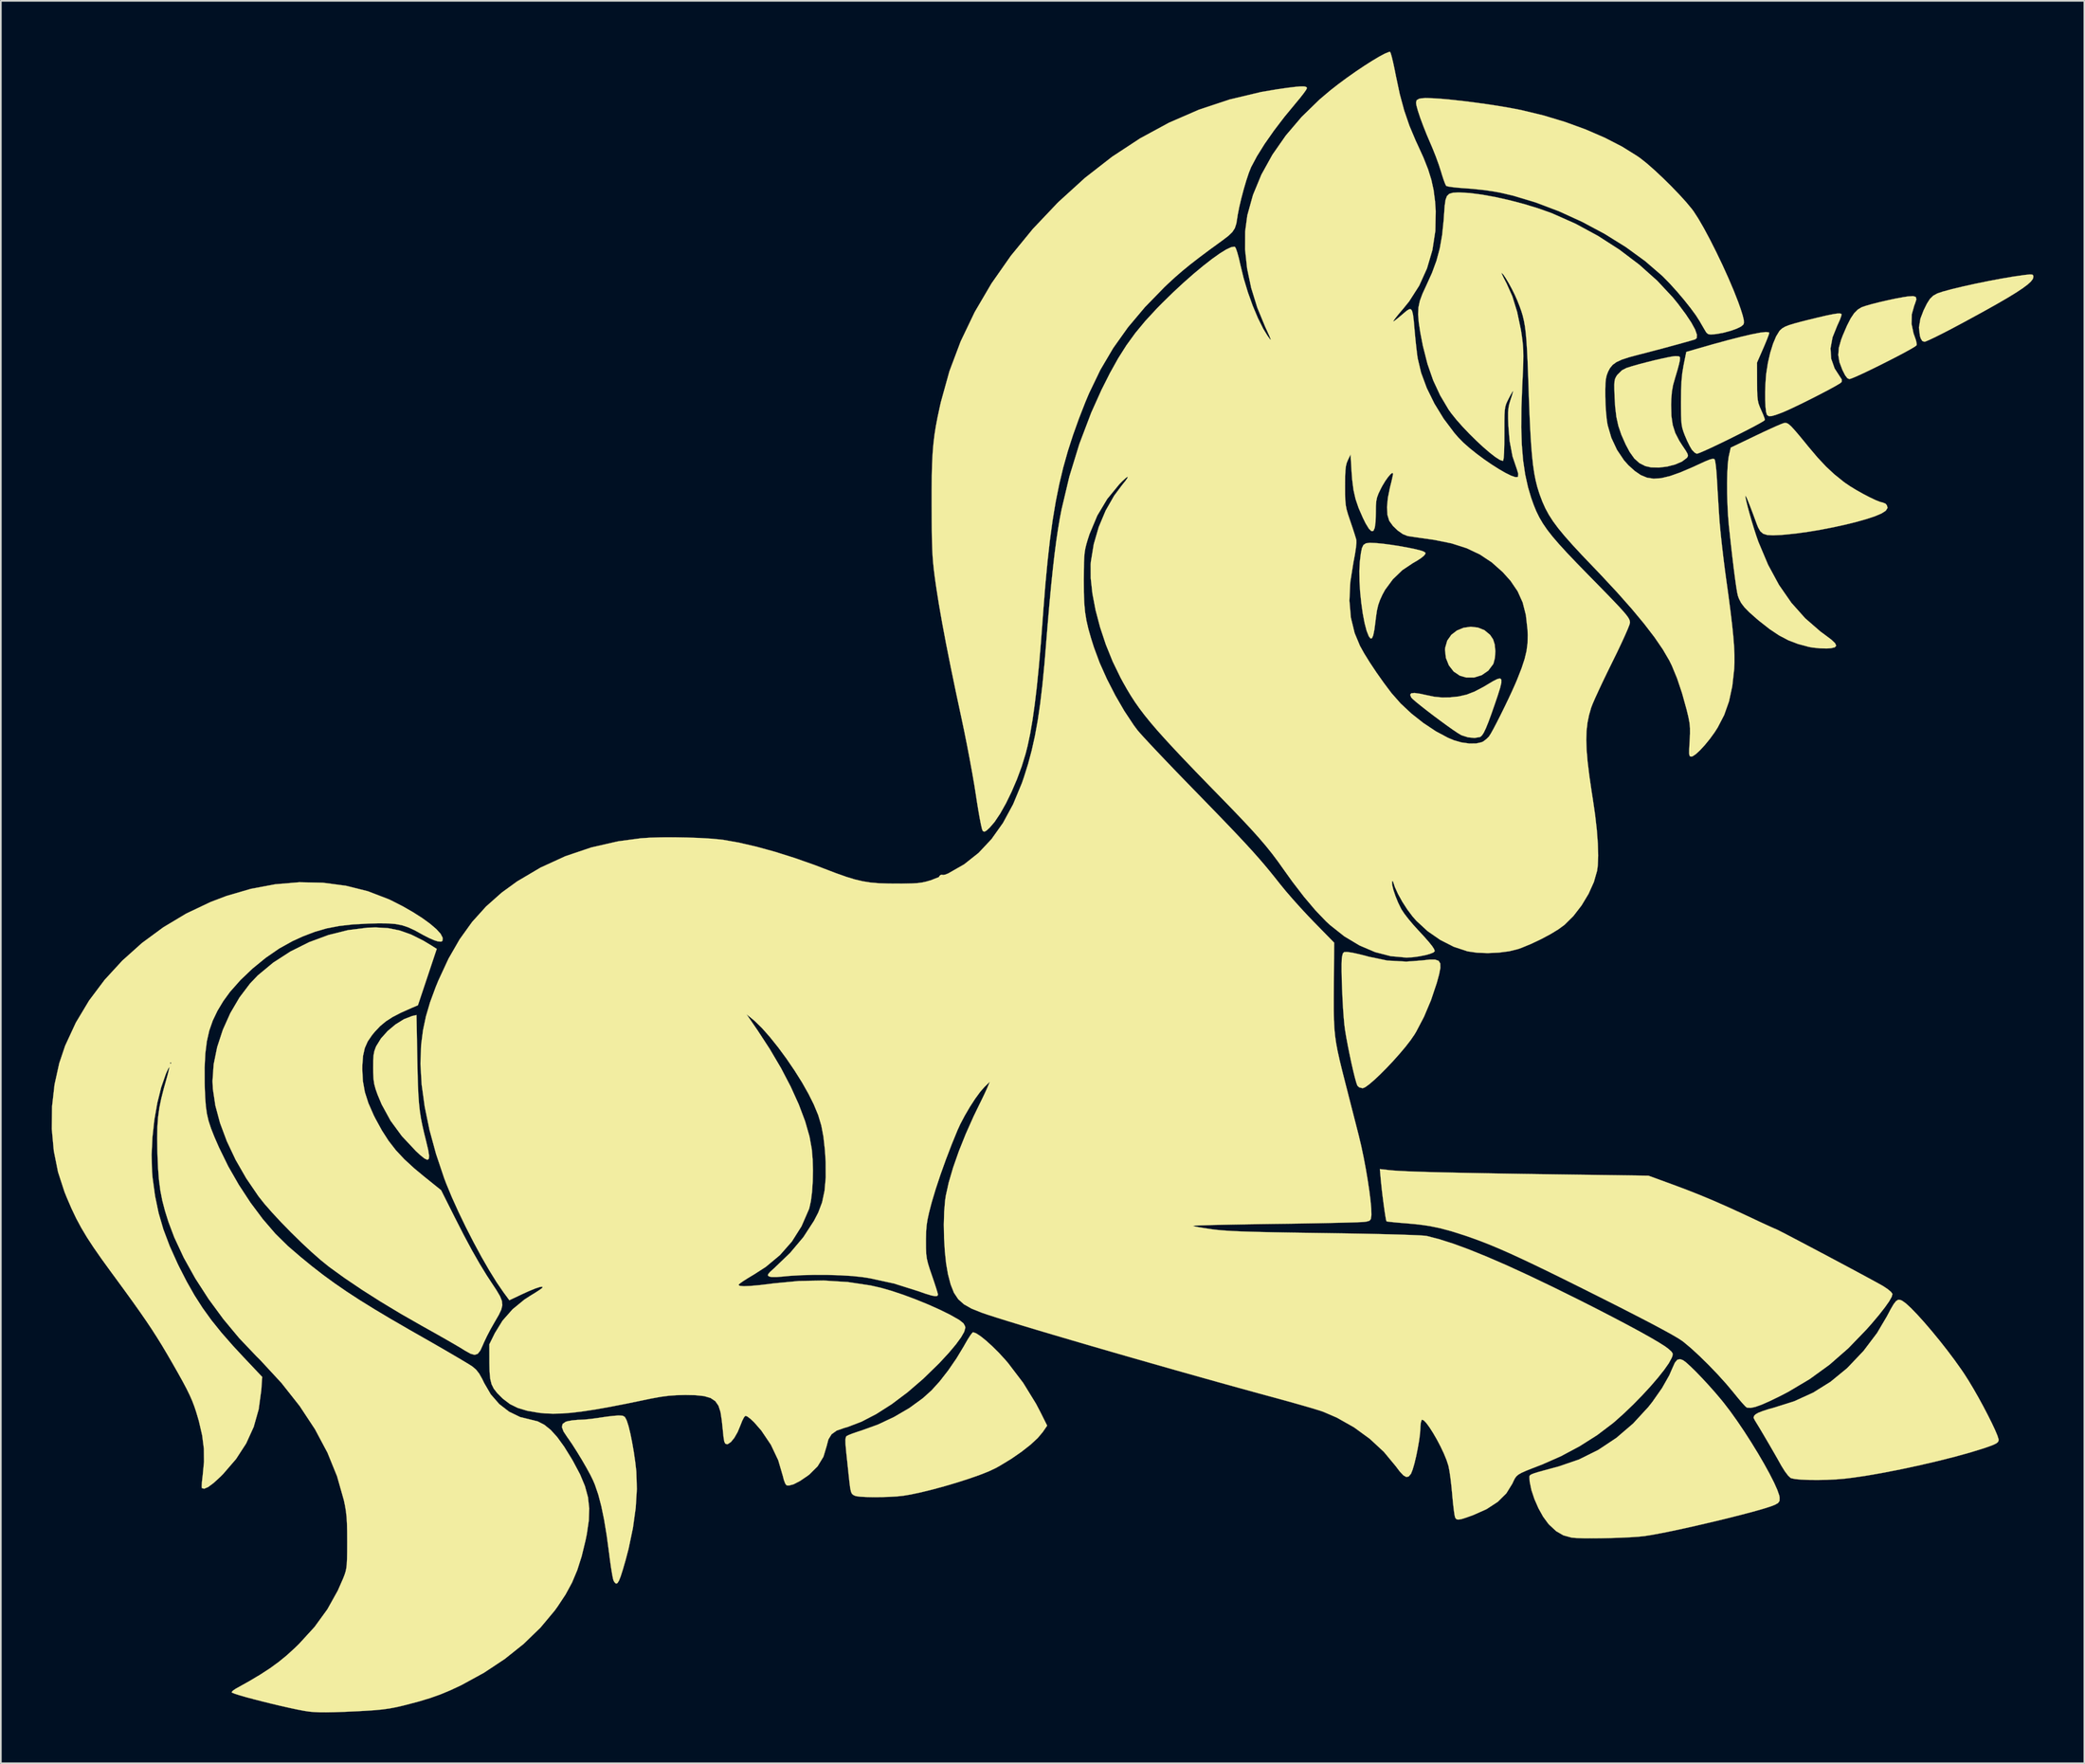
<source format=kicad_pcb>
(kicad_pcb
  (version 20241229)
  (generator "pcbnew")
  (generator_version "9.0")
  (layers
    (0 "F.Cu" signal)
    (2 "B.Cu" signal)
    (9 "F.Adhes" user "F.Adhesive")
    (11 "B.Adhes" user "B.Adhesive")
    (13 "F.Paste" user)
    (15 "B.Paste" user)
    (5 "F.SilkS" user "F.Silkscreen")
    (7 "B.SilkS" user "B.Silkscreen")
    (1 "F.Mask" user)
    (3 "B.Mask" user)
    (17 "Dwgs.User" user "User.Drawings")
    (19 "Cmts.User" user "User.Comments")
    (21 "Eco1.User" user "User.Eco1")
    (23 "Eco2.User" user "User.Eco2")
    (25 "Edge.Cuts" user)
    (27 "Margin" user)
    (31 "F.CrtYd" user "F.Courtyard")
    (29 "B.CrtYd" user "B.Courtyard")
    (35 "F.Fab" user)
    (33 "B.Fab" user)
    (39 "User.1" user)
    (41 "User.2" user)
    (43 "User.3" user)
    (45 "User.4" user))
  (footprint "F.SilkS_g1777"
    (layer "F.Cu")
    (at 60.141 49.535)
    (property "Reference" "F.SilkS_g1777" (at 0 0 0) (layer "F.SilkS") (effects (font (size 1.524 1.524) (thickness 0.3))))
    (attr through_hole)
    (fp_poly (pts (xy 23.967 -15.571) (xy 24.357 -15.413) (xy 24.686 -15.138) (xy 24.864 -14.873) (xy 24.96 -14.566) (xy 24.995 -14.177) (xy 24.971 -13.781) (xy 24.887 -13.456) (xy 24.867 -13.412) (xy 24.579 -13.029) (xy 24.192 -12.762) (xy 23.743 -12.624) (xy 23.267 -12.626) (xy 22.898 -12.734) (xy 22.536 -12.979) (xy 22.256 -13.341) (xy 22.08 -13.78) (xy 22.028 -14.255) (xy 22.036 -14.371) (xy 22.159 -14.8) (xy 22.402 -15.145) (xy 22.734 -15.399) (xy 23.125 -15.559) (xy 23.546 -15.618) (xy 23.967 -15.571)) (stroke (width 0.01) (type solid)) (fill yes) (layer "F.SilkS"))
    (fp_poly (pts (xy -38.581 9.886) (xy -38.564 10.721) (xy -38.543 11.415) (xy -38.517 11.997) (xy -38.481 12.497) (xy -38.433 12.942) (xy -38.369 13.361) (xy -38.286 13.784) (xy -38.182 14.239) (xy -38.062 14.723) (xy -37.943 15.222) (xy -37.887 15.568) (xy -37.9 15.766) (xy -37.988 15.823) (xy -38.158 15.744) (xy -38.416 15.537) (xy -38.667 15.303) (xy -39.489 14.427) (xy -40.156 13.518) (xy -40.683 12.555) (xy -40.919 11.993) (xy -41.043 11.644) (xy -41.121 11.35) (xy -41.164 11.049) (xy -41.182 10.678) (xy -41.185 10.414) (xy -41.182 9.978) (xy -41.161 9.663) (xy -41.116 9.421) (xy -41.04 9.203) (xy -41.003 9.119) (xy -40.725 8.668) (xy -40.332 8.229) (xy -39.866 7.838) (xy -39.37 7.53) (xy -38.889 7.343) (xy -38.851 7.334) (xy -38.629 7.283) (xy -38.581 9.886)) (stroke (width 0.01) (type solid)) (fill yes) (layer "F.SilkS"))
    (fp_poly (pts (xy 56.659 -36.39) (xy 56.717 -36.339) (xy 56.727 -36.253) (xy 56.692 -36.13) (xy 56.58 -35.981) (xy 56.384 -35.801) (xy 56.093 -35.584) (xy 55.7 -35.324) (xy 55.195 -35.015) (xy 54.569 -34.652) (xy 53.813 -34.229) (xy 52.919 -33.74) (xy 52.398 -33.458) (xy 51.87 -33.178) (xy 51.384 -32.927) (xy 50.963 -32.715) (xy 50.626 -32.555) (xy 50.398 -32.455) (xy 50.305 -32.427) (xy 50.176 -32.47) (xy 50.083 -32.624) (xy 50.034 -32.781) (xy 49.978 -33.266) (xy 50.066 -33.792) (xy 50.251 -34.277) (xy 50.45 -34.68) (xy 50.627 -34.957) (xy 50.819 -35.145) (xy 51.059 -35.276) (xy 51.376 -35.384) (xy 51.925 -35.533) (xy 52.597 -35.694) (xy 53.345 -35.859) (xy 54.123 -36.017) (xy 54.886 -36.16) (xy 55.586 -36.278) (xy 56.179 -36.362) (xy 56.24 -36.37) (xy 56.513 -36.397) (xy 56.659 -36.39)) (stroke (width 0.01) (type solid)) (fill yes) (layer "F.SilkS"))
    (fp_poly (pts (xy 25.351 -12.5) (xy 25.351 -12.319) (xy 25.278 -12.012) (xy 25.138 -11.567) (xy 24.983 -11.109) (xy 24.763 -10.478) (xy 24.584 -9.991) (xy 24.438 -9.631) (xy 24.318 -9.379) (xy 24.215 -9.218) (xy 24.122 -9.131) (xy 24.084 -9.112) (xy 23.768 -9.06) (xy 23.386 -9.096) (xy 23.015 -9.214) (xy 22.976 -9.232) (xy 22.793 -9.341) (xy 22.515 -9.527) (xy 22.168 -9.772) (xy 21.78 -10.055) (xy 21.376 -10.356) (xy 20.982 -10.656) (xy 20.625 -10.936) (xy 20.329 -11.175) (xy 20.123 -11.355) (xy 20.034 -11.449) (xy 19.972 -11.607) (xy 20.036 -11.695) (xy 20.232 -11.713) (xy 20.571 -11.665) (xy 20.88 -11.596) (xy 21.402 -11.489) (xy 21.862 -11.445) (xy 22.31 -11.452) (xy 22.834 -11.506) (xy 23.303 -11.614) (xy 23.768 -11.794) (xy 24.282 -12.063) (xy 24.536 -12.214) (xy 24.872 -12.414) (xy 25.117 -12.536) (xy 25.275 -12.569) (xy 25.351 -12.5)) (stroke (width 0.01) (type solid)) (fill yes) (layer "F.SilkS"))
    (fp_poly (pts (xy 49.793 -35.07) (xy 49.825 -34.926) (xy 49.743 -34.669) (xy 49.704 -34.577) (xy 49.557 -34.052) (xy 49.542 -33.479) (xy 49.659 -32.915) (xy 49.709 -32.78) (xy 49.801 -32.518) (xy 49.845 -32.306) (xy 49.841 -32.223) (xy 49.754 -32.152) (xy 49.54 -32.022) (xy 49.222 -31.845) (xy 48.826 -31.633) (xy 48.377 -31.4) (xy 47.901 -31.159) (xy 47.422 -30.92) (xy 46.965 -30.698) (xy 46.556 -30.505) (xy 46.22 -30.354) (xy 45.981 -30.257) (xy 45.87 -30.226) (xy 45.752 -30.281) (xy 45.619 -30.459) (xy 45.461 -30.774) (xy 45.289 -31.229) (xy 45.22 -31.644) (xy 45.254 -32.069) (xy 45.392 -32.555) (xy 45.49 -32.81) (xy 45.735 -33.379) (xy 45.953 -33.806) (xy 46.159 -34.114) (xy 46.369 -34.325) (xy 46.596 -34.461) (xy 46.839 -34.546) (xy 47.206 -34.651) (xy 47.654 -34.764) (xy 48.142 -34.877) (xy 48.625 -34.979) (xy 49.061 -35.059) (xy 49.329 -35.1) (xy 49.633 -35.12) (xy 49.793 -35.07)) (stroke (width 0.01) (type solid)) (fill yes) (layer "F.SilkS"))
    (fp_poly (pts (xy 17.907 -20.555) (xy 18.022 -20.547) (xy 18.403 -20.51) (xy 18.85 -20.451) (xy 19.325 -20.377) (xy 19.79 -20.294) (xy 20.207 -20.21) (xy 20.539 -20.13) (xy 20.748 -20.063) (xy 20.769 -20.052) (xy 20.875 -19.981) (xy 20.86 -19.901) (xy 20.776 -19.801) (xy 20.623 -19.675) (xy 20.376 -19.512) (xy 20.124 -19.368) (xy 19.507 -18.954) (xy 18.95 -18.416) (xy 18.495 -17.8) (xy 18.339 -17.515) (xy 18.192 -17.194) (xy 18.088 -16.899) (xy 18.013 -16.574) (xy 17.953 -16.163) (xy 17.925 -15.924) (xy 17.861 -15.438) (xy 17.795 -15.114) (xy 17.722 -14.945) (xy 17.638 -14.924) (xy 17.542 -15.042) (xy 17.532 -15.06) (xy 17.403 -15.386) (xy 17.283 -15.846) (xy 17.177 -16.405) (xy 17.09 -17.026) (xy 17.024 -17.673) (xy 16.985 -18.313) (xy 16.977 -18.908) (xy 17.003 -19.424) (xy 17.01 -19.493) (xy 17.065 -19.943) (xy 17.126 -20.251) (xy 17.216 -20.441) (xy 17.361 -20.538) (xy 17.583 -20.568) (xy 17.907 -20.555)) (stroke (width 0.01) (type solid)) (fill yes) (layer "F.SilkS"))
    (fp_poly (pts (xy 16.367 3.577) (xy 16.607 3.617) (xy 16.951 3.693) (xy 17.34 3.791) (xy 17.526 3.842) (xy 18.629 4.071) (xy 19.746 4.133) (xy 20.661 4.064) (xy 21.116 4.014) (xy 21.441 4.014) (xy 21.647 4.084) (xy 21.747 4.241) (xy 21.754 4.504) (xy 21.678 4.89) (xy 21.543 5.386) (xy 21.201 6.409) (xy 20.788 7.388) (xy 20.327 8.267) (xy 20.225 8.438) (xy 19.997 8.769) (xy 19.7 9.152) (xy 19.352 9.565) (xy 18.974 9.989) (xy 18.585 10.402) (xy 18.204 10.785) (xy 17.852 11.116) (xy 17.548 11.376) (xy 17.313 11.545) (xy 17.169 11.601) (xy 16.963 11.547) (xy 16.861 11.451) (xy 16.798 11.28) (xy 16.713 10.975) (xy 16.613 10.569) (xy 16.505 10.095) (xy 16.397 9.585) (xy 16.294 9.074) (xy 16.204 8.593) (xy 16.135 8.175) (xy 16.095 7.874) (xy 16.054 7.421) (xy 16.016 6.895) (xy 15.984 6.327) (xy 15.959 5.75) (xy 15.94 5.195) (xy 15.93 4.693) (xy 15.93 4.276) (xy 15.94 3.975) (xy 15.953 3.857) (xy 15.999 3.659) (xy 16.074 3.573) (xy 16.232 3.564) (xy 16.367 3.577)) (stroke (width 0.01) (type solid)) (fill yes) (layer "F.SilkS"))
    (fp_poly (pts (xy 35.814 -31.571) (xy 35.888 -31.509) (xy 35.879 -31.349) (xy 35.872 -31.305) (xy 35.826 -31.098) (xy 35.743 -30.787) (xy 35.637 -30.428) (xy 35.601 -30.311) (xy 35.48 -29.884) (xy 35.408 -29.49) (xy 35.372 -29.054) (xy 35.362 -28.702) (xy 35.378 -28.057) (xy 35.455 -27.523) (xy 35.605 -27.049) (xy 35.845 -26.583) (xy 36.032 -26.293) (xy 36.222 -26.01) (xy 36.326 -25.828) (xy 36.357 -25.712) (xy 36.326 -25.626) (xy 36.281 -25.571) (xy 35.997 -25.358) (xy 35.597 -25.187) (xy 35.128 -25.066) (xy 34.64 -25.007) (xy 34.182 -25.018) (xy 33.836 -25.096) (xy 33.492 -25.272) (xy 33.194 -25.54) (xy 32.918 -25.927) (xy 32.68 -26.374) (xy 32.43 -26.938) (xy 32.252 -27.46) (xy 32.134 -27.995) (xy 32.063 -28.6) (xy 32.031 -29.125) (xy 32.015 -29.569) (xy 32.011 -29.879) (xy 32.024 -30.092) (xy 32.058 -30.243) (xy 32.117 -30.367) (xy 32.186 -30.472) (xy 32.46 -30.743) (xy 32.724 -30.88) (xy 33.037 -30.98) (xy 33.439 -31.095) (xy 33.893 -31.214) (xy 34.361 -31.331) (xy 34.807 -31.434) (xy 35.194 -31.516) (xy 35.483 -31.568) (xy 35.615 -31.581) (xy 35.814 -31.571)) (stroke (width 0.01) (type solid)) (fill yes) (layer "F.SilkS"))
    (fp_poly (pts (xy 45.396 -34.073) (xy 45.41 -34.057) (xy 45.397 -33.951) (xy 45.32 -33.737) (xy 45.195 -33.457) (xy 45.164 -33.393) (xy 44.882 -32.691) (xy 44.762 -32.036) (xy 44.803 -31.423) (xy 45.006 -30.848) (xy 45.311 -30.378) (xy 45.427 -30.199) (xy 45.425 -30.075) (xy 45.395 -30.031) (xy 45.285 -29.951) (xy 45.05 -29.813) (xy 44.715 -29.629) (xy 44.308 -29.414) (xy 43.857 -29.181) (xy 43.388 -28.945) (xy 42.929 -28.719) (xy 42.506 -28.517) (xy 42.146 -28.352) (xy 41.896 -28.246) (xy 41.526 -28.11) (xy 41.279 -28.042) (xy 41.124 -28.04) (xy 41.03 -28.1) (xy 41.009 -28.129) (xy 40.961 -28.295) (xy 40.929 -28.594) (xy 40.911 -28.987) (xy 40.909 -29.439) (xy 40.924 -29.913) (xy 40.955 -30.371) (xy 40.975 -30.572) (xy 41.071 -31.186) (xy 41.207 -31.775) (xy 41.372 -32.306) (xy 41.556 -32.746) (xy 41.748 -33.06) (xy 41.806 -33.124) (xy 41.927 -33.227) (xy 42.086 -33.318) (xy 42.31 -33.407) (xy 42.628 -33.505) (xy 43.068 -33.623) (xy 43.357 -33.696) (xy 44.007 -33.855) (xy 44.511 -33.972) (xy 44.885 -34.049) (xy 45.146 -34.09) (xy 45.311 -34.097) (xy 45.396 -34.073)) (stroke (width 0.01) (type solid)) (fill yes) (layer "F.SilkS"))
    (fp_poly (pts (xy 41.121 -32.983) (xy 41.148 -32.946) (xy 41.116 -32.832) (xy 41.029 -32.601) (xy 40.901 -32.288) (xy 40.788 -32.024) (xy 40.428 -31.2) (xy 40.432 -30.057) (xy 40.435 -29.584) (xy 40.447 -29.241) (xy 40.473 -28.987) (xy 40.518 -28.782) (xy 40.589 -28.587) (xy 40.664 -28.416) (xy 40.784 -28.143) (xy 40.867 -27.924) (xy 40.894 -27.816) (xy 40.821 -27.756) (xy 40.62 -27.636) (xy 40.314 -27.468) (xy 39.928 -27.265) (xy 39.486 -27.039) (xy 39.013 -26.802) (xy 38.534 -26.566) (xy 38.072 -26.343) (xy 37.653 -26.145) (xy 37.3 -25.985) (xy 37.038 -25.874) (xy 36.892 -25.825) (xy 36.879 -25.823) (xy 36.752 -25.887) (xy 36.601 -26.043) (xy 36.58 -26.071) (xy 36.459 -26.278) (xy 36.312 -26.577) (xy 36.174 -26.897) (xy 36.089 -27.122) (xy 36.027 -27.322) (xy 35.986 -27.532) (xy 35.961 -27.786) (xy 35.949 -28.121) (xy 35.944 -28.57) (xy 35.943 -28.871) (xy 35.95 -29.552) (xy 35.975 -30.107) (xy 36.021 -30.578) (xy 36.091 -31.008) (xy 36.099 -31.048) (xy 36.257 -31.828) (xy 36.734 -31.967) (xy 37.804 -32.274) (xy 38.731 -32.527) (xy 39.511 -32.727) (xy 40.142 -32.873) (xy 40.623 -32.965) (xy 40.95 -33.002) (xy 41.121 -32.983)) (stroke (width 0.01) (type solid)) (fill yes) (layer "F.SilkS"))
    (fp_poly (pts (xy -26.471 30.917) (xy -26.342 30.988) (xy -26.247 31.162) (xy -26.219 31.231) (xy -26.122 31.535) (xy -26.017 31.967) (xy -25.912 32.487) (xy -25.814 33.052) (xy -25.731 33.624) (xy -25.67 34.16) (xy -25.664 34.233) (xy -25.633 35.244) (xy -25.701 36.357) (xy -25.865 37.541) (xy -26.121 38.764) (xy -26.297 39.433) (xy -26.457 39.986) (xy -26.585 40.388) (xy -26.69 40.652) (xy -26.779 40.791) (xy -26.861 40.82) (xy -26.941 40.751) (xy -27.004 40.649) (xy -27.043 40.513) (xy -27.095 40.242) (xy -27.156 39.866) (xy -27.219 39.419) (xy -27.259 39.104) (xy -27.406 38.008) (xy -27.561 37.065) (xy -27.727 36.258) (xy -27.907 35.571) (xy -28.106 34.989) (xy -28.207 34.747) (xy -28.369 34.415) (xy -28.602 33.989) (xy -28.876 33.515) (xy -29.167 33.037) (xy -29.445 32.601) (xy -29.685 32.251) (xy -29.725 32.198) (xy -29.956 31.85) (xy -30.052 31.59) (xy -30.013 31.404) (xy -29.84 31.28) (xy -29.739 31.246) (xy -29.453 31.192) (xy -29.115 31.161) (xy -28.998 31.157) (xy -28.715 31.143) (xy -28.334 31.104) (xy -27.927 31.049) (xy -27.813 31.031) (xy -27.424 30.974) (xy -27.054 30.93) (xy -26.766 30.907) (xy -26.7 30.905) (xy -26.471 30.917)) (stroke (width 0.01) (type solid)) (fill yes) (layer "F.SilkS"))
    (fp_poly (pts (xy -5.628 26.054) (xy -5.366 26.225) (xy -5.042 26.485) (xy -4.678 26.815) (xy -4.296 27.193) (xy -3.921 27.6) (xy -3.738 27.813) (xy -2.847 28.984) (xy -2.096 30.205) (xy -1.828 30.716) (xy -1.435 31.501) (xy -1.695 31.879) (xy -1.992 32.232) (xy -2.42 32.628) (xy -2.951 33.045) (xy -3.558 33.464) (xy -4.215 33.863) (xy -4.487 34.014) (xy -4.883 34.2) (xy -5.411 34.408) (xy -6.038 34.628) (xy -6.731 34.851) (xy -7.455 35.066) (xy -8.177 35.263) (xy -8.864 35.432) (xy -9.481 35.564) (xy -9.933 35.639) (xy -10.302 35.677) (xy -10.744 35.703) (xy -11.22 35.718) (xy -11.692 35.721) (xy -12.123 35.712) (xy -12.474 35.692) (xy -12.708 35.659) (xy -12.755 35.645) (xy -12.87 35.591) (xy -12.951 35.518) (xy -13.007 35.394) (xy -13.051 35.187) (xy -13.092 34.864) (xy -13.124 34.577) (xy -13.175 34.098) (xy -13.231 33.571) (xy -13.282 33.09) (xy -13.293 32.979) (xy -13.328 32.585) (xy -13.333 32.327) (xy -13.306 32.178) (xy -13.27 32.123) (xy -13.146 32.057) (xy -12.902 31.961) (xy -12.581 31.851) (xy -12.411 31.797) (xy -11.423 31.441) (xy -10.463 30.99) (xy -9.567 30.466) (xy -8.774 29.89) (xy -8.255 29.424) (xy -7.77 28.888) (xy -7.267 28.241) (xy -6.78 27.532) (xy -6.344 26.809) (xy -6.302 26.733) (xy -6.122 26.421) (xy -5.963 26.173) (xy -5.846 26.023) (xy -5.803 25.993) (xy -5.628 26.054)) (stroke (width 0.01) (type solid)) (fill yes) (layer "F.SilkS"))
    (fp_poly (pts (xy 48.867 24.083) (xy 48.991 24.136) (xy 49.212 24.296) (xy 49.513 24.574) (xy 49.878 24.951) (xy 50.29 25.408) (xy 50.733 25.925) (xy 51.19 26.481) (xy 51.644 27.058) (xy 52.079 27.636) (xy 52.477 28.194) (xy 52.655 28.457) (xy 52.918 28.87) (xy 53.201 29.343) (xy 53.491 29.852) (xy 53.775 30.372) (xy 54.04 30.88) (xy 54.276 31.352) (xy 54.468 31.762) (xy 54.605 32.088) (xy 54.674 32.305) (xy 54.679 32.366) (xy 54.642 32.461) (xy 54.541 32.548) (xy 54.347 32.642) (xy 54.034 32.758) (xy 53.806 32.836) (xy 53.014 33.081) (xy 52.097 33.335) (xy 51.094 33.588) (xy 50.042 33.834) (xy 48.978 34.063) (xy 47.938 34.268) (xy 46.962 34.44) (xy 46.085 34.571) (xy 45.604 34.629) (xy 45.092 34.672) (xy 44.547 34.699) (xy 44.001 34.71) (xy 43.486 34.705) (xy 43.034 34.686) (xy 42.678 34.652) (xy 42.449 34.604) (xy 42.412 34.588) (xy 42.266 34.455) (xy 42.076 34.206) (xy 41.871 33.878) (xy 41.82 33.788) (xy 41.625 33.439) (xy 41.378 33.008) (xy 41.105 32.537) (xy 40.829 32.068) (xy 40.577 31.642) (xy 40.371 31.304) (xy 40.302 31.192) (xy 40.223 31.034) (xy 40.26 30.92) (xy 40.344 30.834) (xy 40.495 30.747) (xy 40.767 30.64) (xy 41.119 30.526) (xy 41.397 30.45) (xy 42.623 30.063) (xy 43.74 29.554) (xy 44.765 28.914) (xy 45.716 28.134) (xy 45.775 28.078) (xy 46.713 27.091) (xy 47.508 26.038) (xy 48.09 25.053) (xy 48.315 24.626) (xy 48.487 24.334) (xy 48.625 24.158) (xy 48.745 24.081) (xy 48.867 24.083)) (stroke (width 0.01) (type solid)) (fill yes) (layer "F.SilkS"))
    (fp_poly (pts (xy 36.059 27.639) (xy 36.231 27.763) (xy 36.489 27.995) (xy 36.812 28.31) (xy 37.176 28.687) (xy 37.56 29.102) (xy 37.943 29.532) (xy 38.301 29.955) (xy 38.453 30.141) (xy 38.848 30.656) (xy 39.261 31.234) (xy 39.679 31.854) (xy 40.091 32.495) (xy 40.484 33.136) (xy 40.846 33.757) (xy 41.165 34.336) (xy 41.428 34.852) (xy 41.622 35.286) (xy 41.737 35.615) (xy 41.761 35.747) (xy 41.755 35.942) (xy 41.668 36.066) (xy 41.487 36.169) (xy 41.249 36.262) (xy 40.868 36.384) (xy 40.367 36.528) (xy 39.769 36.689) (xy 39.096 36.862) (xy 38.373 37.042) (xy 37.621 37.222) (xy 36.864 37.398) (xy 36.124 37.564) (xy 35.425 37.714) (xy 34.789 37.842) (xy 34.239 37.945) (xy 33.798 38.015) (xy 33.782 38.017) (xy 33.432 38.053) (xy 32.97 38.084) (xy 32.431 38.11) (xy 31.85 38.13) (xy 31.26 38.142) (xy 30.697 38.147) (xy 30.195 38.144) (xy 29.789 38.131) (xy 29.513 38.109) (xy 29.49 38.105) (xy 29.012 37.974) (xy 28.585 37.728) (xy 28.17 37.344) (xy 28.109 37.275) (xy 27.814 36.873) (xy 27.538 36.376) (xy 27.3 35.832) (xy 27.121 35.292) (xy 27.022 34.806) (xy 27.009 34.598) (xy 27.007 34.524) (xy 27.015 34.466) (xy 27.054 34.416) (xy 27.143 34.366) (xy 27.302 34.306) (xy 27.553 34.23) (xy 27.916 34.129) (xy 28.41 33.995) (xy 28.744 33.905) (xy 29.931 33.497) (xy 31.065 32.934) (xy 32.133 32.225) (xy 33.121 31.378) (xy 34.017 30.405) (xy 34.258 30.099) (xy 34.83 29.283) (xy 35.252 28.538) (xy 35.439 28.109) (xy 35.584 27.788) (xy 35.728 27.617) (xy 35.891 27.58) (xy 36.059 27.639)) (stroke (width 0.01) (type solid)) (fill yes) (layer "F.SilkS"))
    (fp_poly (pts (xy 21.261 -46.793) (xy 21.767 -46.76) (xy 22.365 -46.706) (xy 23.028 -46.634) (xy 23.731 -46.547) (xy 24.45 -46.448) (xy 25.158 -46.34) (xy 25.831 -46.226) (xy 26.443 -46.109) (xy 26.54 -46.089) (xy 27.834 -45.777) (xy 29.102 -45.394) (xy 30.315 -44.953) (xy 31.447 -44.463) (xy 32.471 -43.936) (xy 33.359 -43.383) (xy 33.56 -43.241) (xy 33.944 -42.935) (xy 34.395 -42.538) (xy 34.883 -42.081) (xy 35.375 -41.595) (xy 35.842 -41.111) (xy 36.253 -40.658) (xy 36.577 -40.268) (xy 36.684 -40.125) (xy 36.971 -39.683) (xy 37.3 -39.113) (xy 37.656 -38.447) (xy 38.025 -37.716) (xy 38.391 -36.952) (xy 38.738 -36.186) (xy 39.052 -35.45) (xy 39.317 -34.775) (xy 39.462 -34.366) (xy 39.584 -33.978) (xy 39.647 -33.713) (xy 39.654 -33.54) (xy 39.626 -33.446) (xy 39.491 -33.329) (xy 39.229 -33.2) (xy 38.881 -33.076) (xy 38.486 -32.968) (xy 38.086 -32.892) (xy 37.961 -32.876) (xy 37.697 -32.856) (xy 37.544 -32.88) (xy 37.447 -32.963) (xy 37.402 -33.03) (xy 37.289 -33.221) (xy 37.136 -33.484) (xy 37.047 -33.64) (xy 36.821 -33.993) (xy 36.501 -34.427) (xy 36.119 -34.908) (xy 35.702 -35.399) (xy 35.28 -35.865) (xy 34.883 -36.271) (xy 34.83 -36.322) (xy 33.829 -37.186) (xy 32.692 -38.013) (xy 31.447 -38.788) (xy 30.126 -39.495) (xy 28.759 -40.119) (xy 27.377 -40.643) (xy 26.01 -41.053) (xy 25.234 -41.232) (xy 24.778 -41.311) (xy 24.23 -41.385) (xy 23.666 -41.445) (xy 23.268 -41.475) (xy 22.852 -41.506) (xy 22.496 -41.543) (xy 22.234 -41.582) (xy 22.103 -41.619) (xy 22.097 -41.623) (xy 22.037 -41.738) (xy 21.948 -41.974) (xy 21.845 -42.29) (xy 21.797 -42.452) (xy 21.663 -42.866) (xy 21.486 -43.354) (xy 21.293 -43.838) (xy 21.2 -44.056) (xy 20.963 -44.609) (xy 20.749 -45.145) (xy 20.567 -45.635) (xy 20.429 -46.051) (xy 20.343 -46.365) (xy 20.32 -46.527) (xy 20.353 -46.672) (xy 20.483 -46.752) (xy 20.621 -46.785) (xy 20.87 -46.802) (xy 21.261 -46.793)) (stroke (width 0.01) (type solid)) (fill yes) (layer "F.SilkS"))
    (fp_poly (pts (xy -40.307 2.159) (xy -39.625 2.295) (xy -38.945 2.536) (xy -38.228 2.895) (xy -37.75 3.182) (xy -37.434 3.382) (xy -37.989 5.045) (xy -38.544 6.707) (xy -38.936 6.874) (xy -39.551 7.149) (xy -40.038 7.401) (xy -40.431 7.654) (xy -40.766 7.931) (xy -41.076 8.258) (xy -41.252 8.471) (xy -41.507 8.844) (xy -41.679 9.235) (xy -41.78 9.687) (xy -41.822 10.245) (xy -41.825 10.493) (xy -41.79 11.179) (xy -41.675 11.824) (xy -41.467 12.478) (xy -41.155 13.187) (xy -41.048 13.399) (xy -40.666 14.097) (xy -40.275 14.704) (xy -39.847 15.255) (xy -39.352 15.785) (xy -38.761 16.328) (xy -38.168 16.82) (xy -37.178 17.615) (xy -36.362 19.241) (xy -35.839 20.265) (xy -35.361 21.157) (xy -34.914 21.941) (xy -34.485 22.642) (xy -34.204 23.072) (xy -33.908 23.52) (xy -33.705 23.865) (xy -33.592 24.145) (xy -33.566 24.395) (xy -33.626 24.653) (xy -33.768 24.956) (xy -33.99 25.34) (xy -34.038 25.422) (xy -34.262 25.816) (xy -34.481 26.237) (xy -34.659 26.614) (xy -34.707 26.728) (xy -34.863 27.069) (xy -35.017 27.265) (xy -35.2 27.326) (xy -35.443 27.259) (xy -35.777 27.072) (xy -35.856 27.021) (xy -36.071 26.89) (xy -36.408 26.692) (xy -36.839 26.444) (xy -37.338 26.159) (xy -37.879 25.855) (xy -38.312 25.613) (xy -39.537 24.913) (xy -40.724 24.199) (xy -41.843 23.488) (xy -42.864 22.799) (xy -43.758 22.152) (xy -43.813 22.11) (xy -44.292 21.722) (xy -44.84 21.24) (xy -45.426 20.692) (xy -46.024 20.107) (xy -46.604 19.513) (xy -47.137 18.94) (xy -47.596 18.416) (xy -47.948 17.972) (xy -48.671 16.91) (xy -49.295 15.823) (xy -49.811 14.731) (xy -50.213 13.656) (xy -50.491 12.618) (xy -50.637 11.638) (xy -50.658 11.176) (xy -50.59 10.194) (xy -50.383 9.176) (xy -50.05 8.157) (xy -49.607 7.17) (xy -49.068 6.25) (xy -48.448 5.43) (xy -47.992 4.951) (xy -47.08 4.194) (xy -46.063 3.536) (xy -44.969 2.989) (xy -43.826 2.565) (xy -42.663 2.275) (xy -41.508 2.131) (xy -41.029 2.117) (xy -40.307 2.159)) (stroke (width 0.01) (type solid)) (fill yes) (layer "F.SilkS"))
    (fp_poly (pts (xy 42.189 -27.627) (xy 42.297 -27.565) (xy 42.437 -27.442) (xy 42.623 -27.241) (xy 42.874 -26.949) (xy 43.204 -26.549) (xy 43.45 -26.247) (xy 43.996 -25.601) (xy 44.497 -25.066) (xy 44.99 -24.607) (xy 45.512 -24.186) (xy 45.623 -24.103) (xy 45.927 -23.897) (xy 46.294 -23.674) (xy 46.689 -23.453) (xy 47.077 -23.251) (xy 47.424 -23.086) (xy 47.695 -22.979) (xy 47.842 -22.945) (xy 48.006 -22.877) (xy 48.088 -22.779) (xy 48.126 -22.63) (xy 48.039 -22.488) (xy 47.994 -22.443) (xy 47.769 -22.3) (xy 47.4 -22.143) (xy 46.909 -21.979) (xy 46.321 -21.811) (xy 45.658 -21.646) (xy 44.945 -21.489) (xy 44.204 -21.345) (xy 43.46 -21.22) (xy 42.735 -21.12) (xy 42.054 -21.048) (xy 41.85 -21.033) (xy 41.372 -21.011) (xy 41.03 -21.03) (xy 40.79 -21.105) (xy 40.622 -21.249) (xy 40.493 -21.476) (xy 40.423 -21.65) (xy 40.188 -22.287) (xy 40.005 -22.769) (xy 39.871 -23.103) (xy 39.786 -23.294) (xy 39.746 -23.348) (xy 39.745 -23.348) (xy 39.748 -23.251) (xy 39.794 -23.023) (xy 39.875 -22.696) (xy 39.982 -22.301) (xy 40.107 -21.868) (xy 40.241 -21.429) (xy 40.374 -21.014) (xy 40.499 -20.654) (xy 40.516 -20.609) (xy 41.08 -19.273) (xy 41.724 -18.083) (xy 42.453 -17.032) (xy 43.271 -16.114) (xy 44.183 -15.323) (xy 44.45 -15.128) (xy 44.816 -14.853) (xy 45.031 -14.647) (xy 45.097 -14.5) (xy 45.015 -14.404) (xy 44.784 -14.351) (xy 44.535 -14.335) (xy 44.137 -14.346) (xy 43.711 -14.39) (xy 43.476 -14.432) (xy 42.851 -14.6) (xy 42.284 -14.816) (xy 41.737 -15.103) (xy 41.172 -15.479) (xy 40.553 -15.965) (xy 40.375 -16.116) (xy 39.974 -16.471) (xy 39.688 -16.763) (xy 39.492 -17.021) (xy 39.36 -17.278) (xy 39.301 -17.441) (xy 39.257 -17.641) (xy 39.199 -17.994) (xy 39.13 -18.485) (xy 39.051 -19.097) (xy 38.965 -19.815) (xy 38.873 -20.624) (xy 38.778 -21.507) (xy 38.769 -21.59) (xy 38.72 -22.174) (xy 38.686 -22.812) (xy 38.667 -23.468) (xy 38.664 -24.109) (xy 38.676 -24.698) (xy 38.704 -25.202) (xy 38.747 -25.584) (xy 38.767 -25.685) (xy 38.878 -26.182) (xy 40.331 -26.879) (xy 40.8 -27.102) (xy 41.231 -27.301) (xy 41.593 -27.464) (xy 41.86 -27.577) (xy 42.001 -27.629) (xy 42.096 -27.643) (xy 42.189 -27.627)) (stroke (width 0.01) (type solid)) (fill yes) (layer "F.SilkS"))
    (fp_poly (pts (xy 18.724 16.431) (xy 18.984 16.455) (xy 19.344 16.478) (xy 19.81 16.501) (xy 20.39 16.523) (xy 21.089 16.545) (xy 21.915 16.566) (xy 22.874 16.587) (xy 23.975 16.609) (xy 25.223 16.631) (xy 26.625 16.654) (xy 28.189 16.677) (xy 28.464 16.681) (xy 34.026 16.76) (xy 35.422 17.27) (xy 36.274 17.589) (xy 37.076 17.906) (xy 37.874 18.239) (xy 38.712 18.608) (xy 39.633 19.031) (xy 40.102 19.251) (xy 40.544 19.459) (xy 40.931 19.638) (xy 41.239 19.779) (xy 41.441 19.869) (xy 41.512 19.897) (xy 41.598 19.935) (xy 41.813 20.044) (xy 42.141 20.212) (xy 42.56 20.431) (xy 43.053 20.69) (xy 43.6 20.979) (xy 44.184 21.288) (xy 44.784 21.606) (xy 45.382 21.925) (xy 45.958 22.233) (xy 46.495 22.521) (xy 46.973 22.779) (xy 47.374 22.997) (xy 47.677 23.164) (xy 47.865 23.271) (xy 47.878 23.278) (xy 48.136 23.451) (xy 48.329 23.613) (xy 48.414 23.73) (xy 48.414 23.731) (xy 48.375 23.894) (xy 48.224 24.164) (xy 47.968 24.528) (xy 47.617 24.976) (xy 47.179 25.495) (xy 46.893 25.818) (xy 45.814 26.936) (xy 44.703 27.908) (xy 43.529 28.759) (xy 42.262 29.512) (xy 41.781 29.762) (xy 41.175 30.056) (xy 40.697 30.266) (xy 40.33 30.397) (xy 40.057 30.454) (xy 39.862 30.444) (xy 39.812 30.427) (xy 39.72 30.345) (xy 39.548 30.157) (xy 39.321 29.891) (xy 39.063 29.574) (xy 39.054 29.562) (xy 38.622 29.046) (xy 38.122 28.492) (xy 37.587 27.934) (xy 37.05 27.406) (xy 36.544 26.94) (xy 36.101 26.569) (xy 36.034 26.518) (xy 35.794 26.358) (xy 35.405 26.13) (xy 34.866 25.833) (xy 34.177 25.466) (xy 33.336 25.029) (xy 32.343 24.521) (xy 31.198 23.943) (xy 31.081 23.884) (xy 29.908 23.297) (xy 28.871 22.782) (xy 27.955 22.333) (xy 27.145 21.943) (xy 26.427 21.605) (xy 25.787 21.312) (xy 25.209 21.059) (xy 24.68 20.837) (xy 24.185 20.642) (xy 23.709 20.466) (xy 23.238 20.302) (xy 23.156 20.275) (xy 22.407 20.037) (xy 21.751 19.86) (xy 21.126 19.731) (xy 20.473 19.638) (xy 19.731 19.568) (xy 19.689 19.565) (xy 19.28 19.532) (xy 18.937 19.499) (xy 18.692 19.472) (xy 18.579 19.452) (xy 18.575 19.45) (xy 18.549 19.354) (xy 18.508 19.123) (xy 18.458 18.793) (xy 18.403 18.396) (xy 18.348 17.968) (xy 18.298 17.543) (xy 18.257 17.154) (xy 18.243 17.011) (xy 18.186 16.369) (xy 18.724 16.431)) (stroke (width 0.01) (type solid)) (fill yes) (layer "F.SilkS"))
    (fp_poly (pts (xy 13.731 -47.486) (xy 13.845 -47.455) (xy 13.885 -47.398) (xy 13.885 -47.386) (xy 13.833 -47.28) (xy 13.69 -47.078) (xy 13.48 -46.809) (xy 13.249 -46.531) (xy 12.559 -45.695) (xy 11.932 -44.873) (xy 11.385 -44.091) (xy 10.935 -43.37) (xy 10.597 -42.735) (xy 10.592 -42.726) (xy 10.461 -42.399) (xy 10.312 -41.952) (xy 10.159 -41.434) (xy 10.015 -40.892) (xy 9.892 -40.372) (xy 9.804 -39.923) (xy 9.778 -39.751) (xy 9.72 -39.395) (xy 9.632 -39.125) (xy 9.485 -38.899) (xy 9.252 -38.674) (xy 8.904 -38.408) (xy 8.868 -38.382) (xy 8.138 -37.851) (xy 7.523 -37.391) (xy 6.997 -36.983) (xy 6.534 -36.604) (xy 6.106 -36.233) (xy 5.689 -35.849) (xy 5.478 -35.648) (xy 4.327 -34.466) (xy 3.326 -33.276) (xy 2.456 -32.052) (xy 1.699 -30.766) (xy 1.037 -29.392) (xy 0.818 -28.871) (xy 0.429 -27.876) (xy 0.085 -26.914) (xy -0.22 -25.965) (xy -0.488 -25.01) (xy -0.723 -24.029) (xy -0.93 -23.001) (xy -1.112 -21.908) (xy -1.273 -20.729) (xy -1.417 -19.444) (xy -1.549 -18.034) (xy -1.671 -16.479) (xy -1.696 -16.129) (xy -1.809 -14.628) (xy -1.925 -13.285) (xy -2.044 -12.091) (xy -2.17 -11.035) (xy -2.301 -10.105) (xy -2.441 -9.292) (xy -2.591 -8.584) (xy -2.707 -8.128) (xy -2.938 -7.379) (xy -3.218 -6.622) (xy -3.532 -5.887) (xy -3.866 -5.203) (xy -4.206 -4.599) (xy -4.537 -4.104) (xy -4.827 -3.767) (xy -5.017 -3.593) (xy -5.133 -3.53) (xy -5.215 -3.56) (xy -5.241 -3.589) (xy -5.283 -3.706) (xy -5.343 -3.965) (xy -5.416 -4.341) (xy -5.498 -4.809) (xy -5.584 -5.342) (xy -5.63 -5.646) (xy -5.727 -6.263) (xy -5.854 -6.999) (xy -6.002 -7.807) (xy -6.162 -8.642) (xy -6.325 -9.456) (xy -6.464 -10.118) (xy -6.819 -11.777) (xy -7.13 -13.281) (xy -7.4 -14.637) (xy -7.628 -15.851) (xy -7.817 -16.931) (xy -7.968 -17.884) (xy -8.012 -18.186) (xy -8.073 -18.631) (xy -8.122 -19.025) (xy -8.16 -19.396) (xy -8.189 -19.771) (xy -8.21 -20.177) (xy -8.225 -20.641) (xy -8.235 -21.191) (xy -8.241 -21.853) (xy -8.244 -22.655) (xy -8.245 -22.733) (xy -8.245 -23.692) (xy -8.238 -24.509) (xy -8.22 -25.212) (xy -8.19 -25.829) (xy -8.145 -26.387) (xy -8.083 -26.915) (xy -8.001 -27.44) (xy -7.896 -27.989) (xy -7.767 -28.59) (xy -7.699 -28.887) (xy -7.199 -30.689) (xy -6.534 -32.455) (xy -5.707 -34.181) (xy -4.72 -35.864) (xy -3.574 -37.501) (xy -2.273 -39.089) (xy -0.817 -40.624) (xy -0.751 -40.688) (xy 0.796 -42.095) (xy 2.395 -43.34) (xy 4.047 -44.425) (xy 5.751 -45.349) (xy 7.509 -46.113) (xy 9.321 -46.716) (xy 11.187 -47.16) (xy 12.161 -47.325) (xy 12.757 -47.409) (xy 13.205 -47.463) (xy 13.523 -47.489) (xy 13.731 -47.486)) (stroke (width 0.01) (type solid)) (fill yes) (layer "F.SilkS"))
    (fp_poly (pts (xy -44.15 -0.52) (xy -42.798 -0.343) (xy -41.5 -0.019) (xy -40.272 0.452) (xy -40.1 0.533) (xy -39.441 0.869) (xy -38.83 1.219) (xy -38.283 1.569) (xy -37.819 1.907) (xy -37.454 2.22) (xy -37.205 2.495) (xy -37.09 2.719) (xy -37.084 2.771) (xy -37.1 2.912) (xy -37.183 2.958) (xy -37.373 2.939) (xy -37.578 2.875) (xy -37.875 2.746) (xy -38.209 2.576) (xy -38.325 2.511) (xy -38.748 2.279) (xy -39.121 2.108) (xy -39.48 1.989) (xy -39.863 1.915) (xy -40.308 1.88) (xy -40.851 1.874) (xy -41.441 1.889) (xy -42.376 1.939) (xy -43.188 2.031) (xy -43.924 2.172) (xy -44.626 2.375) (xy -45.339 2.649) (xy -45.939 2.923) (xy -46.722 3.357) (xy -47.52 3.907) (xy -48.295 4.539) (xy -49.011 5.22) (xy -49.629 5.919) (xy -50.022 6.459) (xy -50.37 7.039) (xy -50.643 7.61) (xy -50.85 8.201) (xy -50.994 8.84) (xy -51.083 9.555) (xy -51.123 10.374) (xy -51.12 11.325) (xy -51.115 11.515) (xy -51.091 12.143) (xy -51.052 12.66) (xy -50.989 13.108) (xy -50.891 13.531) (xy -50.746 13.972) (xy -50.547 14.475) (xy -50.281 15.084) (xy -50.268 15.113) (xy -49.728 16.215) (xy -49.105 17.302) (xy -48.421 18.346) (xy -47.696 19.316) (xy -46.952 20.181) (xy -46.21 20.911) (xy -46.154 20.96) (xy -45.473 21.545) (xy -44.813 22.086) (xy -44.154 22.598) (xy -43.474 23.095) (xy -42.754 23.591) (xy -41.973 24.1) (xy -41.11 24.635) (xy -40.145 25.211) (xy -39.058 25.841) (xy -38.523 26.146) (xy -37.875 26.516) (xy -37.259 26.869) (xy -36.696 27.196) (xy -36.203 27.485) (xy -35.799 27.725) (xy -35.504 27.904) (xy -35.335 28.013) (xy -35.326 28.019) (xy -35.112 28.203) (xy -34.93 28.435) (xy -34.747 28.76) (xy -34.641 28.982) (xy -34.248 29.658) (xy -33.749 30.23) (xy -33.166 30.681) (xy -32.519 30.995) (xy -31.895 31.148) (xy -31.486 31.249) (xy -31.097 31.447) (xy -30.714 31.753) (xy -30.326 32.182) (xy -29.919 32.745) (xy -29.479 33.455) (xy -29.388 33.613) (xy -28.982 34.377) (xy -28.694 35.067) (xy -28.516 35.721) (xy -28.442 36.383) (xy -28.466 37.091) (xy -28.582 37.886) (xy -28.658 38.263) (xy -28.886 39.203) (xy -29.145 40.019) (xy -29.455 40.757) (xy -29.837 41.461) (xy -30.31 42.177) (xy -30.48 42.412) (xy -31.319 43.416) (xy -32.305 44.371) (xy -33.421 45.263) (xy -34.647 46.076) (xy -35.965 46.797) (xy -36.026 46.827) (xy -36.642 47.115) (xy -37.223 47.357) (xy -37.818 47.568) (xy -38.473 47.767) (xy -39.238 47.969) (xy -39.412 48.013) (xy -39.832 48.11) (xy -40.226 48.184) (xy -40.635 48.241) (xy -41.103 48.286) (xy -41.672 48.323) (xy -42.079 48.345) (xy -42.839 48.38) (xy -43.454 48.402) (xy -43.951 48.411) (xy -44.355 48.408) (xy -44.691 48.393) (xy -44.958 48.368) (xy -45.247 48.325) (xy -45.637 48.251) (xy -46.102 48.152) (xy -46.617 48.036) (xy -47.157 47.908) (xy -47.696 47.775) (xy -48.21 47.643) (xy -48.673 47.519) (xy -49.06 47.407) (xy -49.346 47.316) (xy -49.505 47.251) (xy -49.53 47.228) (xy -49.463 47.138) (xy -49.302 47.027) (xy -49.297 47.024) (xy -48.506 46.582) (xy -47.839 46.185) (xy -47.267 45.813) (xy -46.76 45.444) (xy -46.286 45.057) (xy -45.817 44.63) (xy -45.545 44.365) (xy -44.639 43.374) (xy -43.885 42.336) (xy -43.269 41.231) (xy -42.947 40.497) (xy -42.866 40.285) (xy -42.807 40.097) (xy -42.766 39.902) (xy -42.74 39.666) (xy -42.725 39.359) (xy -42.718 38.949) (xy -42.716 38.404) (xy -42.716 38.354) (xy -42.719 37.75) (xy -42.729 37.275) (xy -42.752 36.889) (xy -42.79 36.55) (xy -42.845 36.218) (xy -42.912 35.899) (xy -43.312 34.491) (xy -43.879 33.096) (xy -44.615 31.714) (xy -45.518 30.345) (xy -46.587 28.991) (xy -47.824 27.652) (xy -48.092 27.385) (xy -49.082 26.343) (xy -50.02 25.216) (xy -50.89 24.031) (xy -51.674 22.816) (xy -52.353 21.597) (xy -52.911 20.401) (xy -53.258 19.481) (xy -53.462 18.828) (xy -53.619 18.225) (xy -53.735 17.63) (xy -53.817 16.999) (xy -53.871 16.291) (xy -53.905 15.464) (xy -53.909 15.325) (xy -53.92 14.546) (xy -53.909 13.89) (xy -53.868 13.312) (xy -53.794 12.765) (xy -53.679 12.204) (xy -53.521 11.584) (xy -53.43 11.265) (xy -53.33 10.905) (xy -53.253 10.61) (xy -53.209 10.415) (xy -53.203 10.353) (xy -53.248 10.408) (xy -53.333 10.579) (xy -53.409 10.753) (xy -53.687 11.552) (xy -53.915 12.471) (xy -54.089 13.469) (xy -54.202 14.501) (xy -54.249 15.525) (xy -54.225 16.499) (xy -54.192 16.891) (xy -54.045 17.963) (xy -53.838 18.96) (xy -53.555 19.929) (xy -53.182 20.917) (xy -52.707 21.97) (xy -52.624 22.14) (xy -52.172 23.021) (xy -51.72 23.817) (xy -51.243 24.562) (xy -50.72 25.286) (xy -50.126 26.024) (xy -49.439 26.807) (xy -48.834 27.459) (xy -47.728 28.629) (xy -47.783 29.418) (xy -47.935 30.536) (xy -48.229 31.576) (xy -48.673 32.551) (xy -49.271 33.472) (xy -50.03 34.352) (xy -50.189 34.512) (xy -50.594 34.884) (xy -50.914 35.121) (xy -51.146 35.222) (xy -51.283 35.19) (xy -51.295 35.088) (xy -51.284 34.862) (xy -51.251 34.553) (xy -51.236 34.439) (xy -51.16 33.633) (xy -51.168 32.862) (xy -51.267 32.08) (xy -51.461 31.238) (xy -51.62 30.698) (xy -51.733 30.36) (xy -51.857 30.036) (xy -52.005 29.7) (xy -52.19 29.322) (xy -52.427 28.877) (xy -52.727 28.337) (xy -53.026 27.813) (xy -53.34 27.273) (xy -53.635 26.776) (xy -53.928 26.303) (xy -54.231 25.831) (xy -54.56 25.339) (xy -54.929 24.805) (xy -55.352 24.209) (xy -55.844 23.528) (xy -56.419 22.742) (xy -56.644 22.437) (xy -57.204 21.664) (xy -57.673 20.991) (xy -58.067 20.388) (xy -58.403 19.824) (xy -58.7 19.271) (xy -58.973 18.697) (xy -59.242 18.074) (xy -59.386 17.719) (xy -59.768 16.545) (xy -60.018 15.295) (xy -60.136 13.998) (xy -60.121 12.685) (xy -59.974 11.384) (xy -59.696 10.125) (xy -59.693 10.118) (xy -53.171 10.118) (xy -53.128 10.16) (xy -53.086 10.118) (xy -53.128 10.075) (xy -53.171 10.118) (xy -59.693 10.118) (xy -59.35 9.097) (xy -58.718 7.732) (xy -57.939 6.433) (xy -57.022 5.211) (xy -55.979 4.076) (xy -54.822 3.038) (xy -53.562 2.11) (xy -52.211 1.3) (xy -50.779 0.62) (xy -49.832 0.259) (xy -48.397 -0.159) (xy -46.963 -0.428) (xy -45.543 -0.548) (xy -44.15 -0.52)) (stroke (width 0.01) (type solid)) (fill yes) (layer "F.SilkS"))
    (fp_poly (pts (xy 18.824 -49.451) (xy 18.887 -49.233) (xy 18.967 -48.902) (xy 19.056 -48.485) (xy 19.13 -48.112) (xy 19.36 -47.029) (xy 19.621 -46.064) (xy 19.929 -45.166) (xy 20.301 -44.283) (xy 20.409 -44.051) (xy 20.761 -43.278) (xy 21.028 -42.602) (xy 21.222 -41.98) (xy 21.355 -41.369) (xy 21.439 -40.725) (xy 21.479 -40.132) (xy 21.457 -38.965) (xy 21.283 -37.831) (xy 20.963 -36.748) (xy 20.504 -35.734) (xy 19.912 -34.808) (xy 19.582 -34.401) (xy 19.361 -34.142) (xy 19.171 -33.91) (xy 19.052 -33.754) (xy 19.051 -33.753) (xy 18.97 -33.628) (xy 18.997 -33.626) (xy 19.093 -33.695) (xy 19.258 -33.826) (xy 19.48 -34.012) (xy 19.579 -34.097) (xy 19.771 -34.258) (xy 19.913 -34.346) (xy 20.015 -34.347) (xy 20.088 -34.243) (xy 20.141 -34.019) (xy 20.185 -33.66) (xy 20.23 -33.15) (xy 20.237 -33.075) (xy 20.28 -32.603) (xy 20.33 -32.125) (xy 20.38 -31.704) (xy 20.415 -31.454) (xy 20.618 -30.596) (xy 20.953 -29.693) (xy 21.402 -28.779) (xy 21.948 -27.888) (xy 22.574 -27.055) (xy 22.818 -26.773) (xy 23.115 -26.472) (xy 23.482 -26.149) (xy 23.895 -25.818) (xy 24.335 -25.492) (xy 24.779 -25.187) (xy 25.206 -24.915) (xy 25.595 -24.691) (xy 25.923 -24.53) (xy 26.17 -24.445) (xy 26.313 -24.45) (xy 26.331 -24.468) (xy 26.349 -24.638) (xy 26.274 -24.888) (xy 26.01 -25.666) (xy 25.839 -26.576) (xy 25.767 -27.432) (xy 25.75 -27.901) (xy 25.749 -28.245) (xy 25.769 -28.51) (xy 25.813 -28.739) (xy 25.885 -28.977) (xy 25.892 -28.998) (xy 25.978 -29.263) (xy 26.032 -29.454) (xy 26.043 -29.527) (xy 25.997 -29.47) (xy 25.898 -29.298) (xy 25.774 -29.062) (xy 25.688 -28.888) (xy 25.624 -28.737) (xy 25.58 -28.578) (xy 25.552 -28.383) (xy 25.536 -28.121) (xy 25.529 -27.764) (xy 25.528 -27.281) (xy 25.528 -26.988) (xy 25.524 -26.357) (xy 25.511 -25.89) (xy 25.49 -25.581) (xy 25.459 -25.424) (xy 25.437 -25.4) (xy 25.26 -25.461) (xy 24.994 -25.631) (xy 24.66 -25.89) (xy 24.279 -26.218) (xy 23.872 -26.596) (xy 23.459 -27.004) (xy 23.062 -27.421) (xy 22.701 -27.828) (xy 22.398 -28.206) (xy 22.24 -28.427) (xy 21.744 -29.262) (xy 21.332 -30.147) (xy 20.995 -31.116) (xy 20.721 -32.197) (xy 20.57 -32.978) (xy 20.48 -33.568) (xy 20.442 -34.042) (xy 20.461 -34.45) (xy 20.544 -34.838) (xy 20.697 -35.254) (xy 20.913 -35.722) (xy 21.26 -36.487) (xy 21.525 -37.209) (xy 21.721 -37.938) (xy 21.858 -38.72) (xy 21.949 -39.603) (xy 21.973 -39.963) (xy 22.009 -40.451) (xy 22.059 -40.795) (xy 22.141 -41.02) (xy 22.275 -41.151) (xy 22.478 -41.213) (xy 22.768 -41.232) (xy 22.889 -41.233) (xy 23.485 -41.2) (xy 24.198 -41.107) (xy 24.993 -40.963) (xy 25.834 -40.775) (xy 26.683 -40.552) (xy 27.504 -40.302) (xy 28.261 -40.034) (xy 28.361 -39.995) (xy 29.727 -39.388) (xy 31.051 -38.67) (xy 32.311 -37.86) (xy 33.483 -36.973) (xy 34.542 -36.027) (xy 35.465 -35.039) (xy 35.764 -34.671) (xy 36.216 -34.065) (xy 36.554 -33.556) (xy 36.778 -33.146) (xy 36.884 -32.84) (xy 36.871 -32.643) (xy 36.775 -32.566) (xy 36.451 -32.472) (xy 36.005 -32.347) (xy 35.478 -32.202) (xy 34.913 -32.049) (xy 34.35 -31.9) (xy 33.833 -31.764) (xy 33.443 -31.664) (xy 32.877 -31.513) (xy 32.451 -31.373) (xy 32.14 -31.23) (xy 31.917 -31.068) (xy 31.756 -30.875) (xy 31.641 -30.657) (xy 31.567 -30.462) (xy 31.518 -30.252) (xy 31.49 -29.988) (xy 31.478 -29.63) (xy 31.479 -29.204) (xy 31.494 -28.713) (xy 31.527 -28.216) (xy 31.574 -27.777) (xy 31.618 -27.51) (xy 31.837 -26.762) (xy 32.168 -26.053) (xy 32.585 -25.432) (xy 32.844 -25.143) (xy 33.214 -24.808) (xy 33.571 -24.564) (xy 33.938 -24.412) (xy 34.333 -24.351) (xy 34.779 -24.382) (xy 35.295 -24.505) (xy 35.903 -24.72) (xy 36.622 -25.027) (xy 36.984 -25.194) (xy 37.377 -25.374) (xy 37.644 -25.481) (xy 37.812 -25.525) (xy 37.903 -25.513) (xy 37.929 -25.487) (xy 37.964 -25.358) (xy 38 -25.101) (xy 38.034 -24.756) (xy 38.054 -24.475) (xy 38.078 -24.063) (xy 38.109 -23.538) (xy 38.144 -22.96) (xy 38.179 -22.385) (xy 38.192 -22.183) (xy 38.228 -21.706) (xy 38.285 -21.103) (xy 38.359 -20.416) (xy 38.445 -19.685) (xy 38.537 -18.951) (xy 38.61 -18.415) (xy 38.756 -17.358) (xy 38.873 -16.45) (xy 38.965 -15.673) (xy 39.031 -15.01) (xy 39.075 -14.442) (xy 39.096 -13.952) (xy 39.098 -13.523) (xy 39.081 -13.135) (xy 39.081 -13.127) (xy 38.968 -12.109) (xy 38.775 -11.215) (xy 38.492 -10.415) (xy 38.11 -9.677) (xy 37.931 -9.396) (xy 37.648 -9.006) (xy 37.353 -8.644) (xy 37.068 -8.335) (xy 36.818 -8.104) (xy 36.626 -7.976) (xy 36.559 -7.959) (xy 36.489 -7.969) (xy 36.445 -8.019) (xy 36.426 -8.139) (xy 36.427 -8.358) (xy 36.445 -8.705) (xy 36.455 -8.872) (xy 36.478 -9.304) (xy 36.477 -9.641) (xy 36.447 -9.949) (xy 36.382 -10.292) (xy 36.281 -10.713) (xy 36.008 -11.699) (xy 35.712 -12.581) (xy 35.402 -13.331) (xy 35.254 -13.631) (xy 34.877 -14.276) (xy 34.384 -14.996) (xy 33.771 -15.796) (xy 33.035 -16.681) (xy 32.172 -17.655) (xy 31.177 -18.723) (xy 30.773 -19.145) (xy 30.105 -19.844) (xy 29.547 -20.446) (xy 29.085 -20.967) (xy 28.707 -21.425) (xy 28.4 -21.839) (xy 28.15 -22.227) (xy 27.945 -22.606) (xy 27.771 -22.994) (xy 27.615 -23.41) (xy 27.571 -23.537) (xy 27.464 -23.887) (xy 27.372 -24.259) (xy 27.292 -24.671) (xy 27.223 -25.14) (xy 27.164 -25.683) (xy 27.112 -26.318) (xy 27.065 -27.062) (xy 27.023 -27.933) (xy 26.983 -28.947) (xy 26.963 -29.506) (xy 26.93 -30.453) (xy 26.899 -31.249) (xy 26.867 -31.915) (xy 26.832 -32.469) (xy 26.792 -32.931) (xy 26.744 -33.319) (xy 26.685 -33.654) (xy 26.614 -33.955) (xy 26.528 -34.24) (xy 26.424 -34.529) (xy 26.301 -34.841) (xy 26.294 -34.859) (xy 26.146 -35.193) (xy 25.97 -35.546) (xy 25.786 -35.886) (xy 25.612 -36.178) (xy 25.468 -36.39) (xy 25.372 -36.488) (xy 25.36 -36.491) (xy 25.38 -36.423) (xy 25.465 -36.241) (xy 25.598 -35.979) (xy 25.653 -35.877) (xy 25.998 -35.105) (xy 26.282 -34.186) (xy 26.502 -33.137) (xy 26.548 -32.84) (xy 26.592 -32.518) (xy 26.623 -32.222) (xy 26.641 -31.921) (xy 26.647 -31.583) (xy 26.641 -31.178) (xy 26.623 -30.675) (xy 26.593 -30.043) (xy 26.582 -29.815) (xy 26.533 -28.522) (xy 26.523 -27.374) (xy 26.556 -26.353) (xy 26.632 -25.438) (xy 26.753 -24.611) (xy 26.92 -23.853) (xy 27.101 -23.243) (xy 27.251 -22.819) (xy 27.408 -22.434) (xy 27.586 -22.07) (xy 27.797 -21.71) (xy 28.053 -21.337) (xy 28.368 -20.935) (xy 28.754 -20.486) (xy 29.224 -19.972) (xy 29.79 -19.378) (xy 30.465 -18.685) (xy 30.522 -18.627) (xy 31.123 -18.014) (xy 31.616 -17.509) (xy 32.011 -17.099) (xy 32.318 -16.773) (xy 32.549 -16.518) (xy 32.715 -16.321) (xy 32.826 -16.171) (xy 32.892 -16.054) (xy 32.925 -15.959) (xy 32.935 -15.873) (xy 32.935 -15.855) (xy 32.899 -15.722) (xy 32.795 -15.46) (xy 32.634 -15.091) (xy 32.425 -14.636) (xy 32.179 -14.118) (xy 31.905 -13.559) (xy 31.88 -13.508) (xy 31.594 -12.925) (xy 31.323 -12.364) (xy 31.082 -11.849) (xy 30.88 -11.408) (xy 30.732 -11.066) (xy 30.649 -10.852) (xy 30.521 -10.407) (xy 30.429 -9.956) (xy 30.374 -9.477) (xy 30.357 -8.948) (xy 30.378 -8.35) (xy 30.437 -7.659) (xy 30.535 -6.855) (xy 30.671 -5.918) (xy 30.743 -5.461) (xy 30.88 -4.517) (xy 30.98 -3.631) (xy 31.04 -2.827) (xy 31.06 -2.126) (xy 31.039 -1.55) (xy 30.997 -1.228) (xy 30.807 -0.561) (xy 30.493 0.136) (xy 30.081 0.819) (xy 29.599 1.444) (xy 29.073 1.965) (xy 29.062 1.974) (xy 28.701 2.237) (xy 28.223 2.526) (xy 27.673 2.818) (xy 27.097 3.091) (xy 26.54 3.32) (xy 26.331 3.394) (xy 25.816 3.522) (xy 25.2 3.602) (xy 24.546 3.632) (xy 23.916 3.608) (xy 23.372 3.529) (xy 23.348 3.524) (xy 22.544 3.258) (xy 21.747 2.853) (xy 20.998 2.334) (xy 20.339 1.726) (xy 20.119 1.476) (xy 19.808 1.062) (xy 19.511 0.602) (xy 19.257 0.143) (xy 19.071 -0.266) (xy 19.005 -0.466) (xy 18.953 -0.617) (xy 18.914 -0.608) (xy 18.903 -0.57) (xy 18.912 -0.386) (xy 18.983 -0.094) (xy 19.102 0.259) (xy 19.252 0.632) (xy 19.42 0.979) (xy 19.47 1.07) (xy 19.635 1.316) (xy 19.881 1.634) (xy 20.172 1.979) (xy 20.384 2.213) (xy 20.786 2.648) (xy 21.078 2.98) (xy 21.274 3.225) (xy 21.384 3.397) (xy 21.421 3.512) (xy 21.421 3.518) (xy 21.343 3.595) (xy 21.134 3.678) (xy 20.834 3.758) (xy 20.481 3.827) (xy 20.112 3.875) (xy 19.767 3.895) (xy 19.747 3.895) (xy 18.829 3.812) (xy 17.902 3.571) (xy 16.984 3.179) (xy 16.092 2.644) (xy 15.245 1.974) (xy 14.998 1.745) (xy 14.382 1.101) (xy 13.72 0.319) (xy 13.029 -0.579) (xy 12.534 -1.27) (xy 12.183 -1.764) (xy 11.831 -2.232) (xy 11.46 -2.695) (xy 11.05 -3.175) (xy 10.583 -3.694) (xy 10.04 -4.275) (xy 9.402 -4.94) (xy 9.06 -5.292) (xy 8.147 -6.228) (xy 7.344 -7.056) (xy 6.643 -7.788) (xy 6.033 -8.435) (xy 5.504 -9.009) (xy 5.046 -9.521) (xy 4.651 -9.983) (xy 4.308 -10.406) (xy 4.008 -10.802) (xy 3.741 -11.182) (xy 3.497 -11.558) (xy 3.267 -11.941) (xy 3.04 -12.343) (xy 2.889 -12.622) (xy 2.428 -13.571) (xy 2.024 -14.571) (xy 1.686 -15.591) (xy 1.419 -16.604) (xy 1.233 -17.578) (xy 1.135 -18.485) (xy 1.131 -19.295) (xy 1.145 -19.467) (xy 1.313 -20.49) (xy 1.608 -21.503) (xy 2.014 -22.469) (xy 2.516 -23.348) (xy 2.941 -23.918) (xy 16.134 -23.918) (xy 16.136 -23.438) (xy 16.147 -23.079) (xy 16.174 -22.795) (xy 16.223 -22.536) (xy 16.303 -22.257) (xy 16.42 -21.908) (xy 16.442 -21.844) (xy 16.573 -21.459) (xy 16.686 -21.111) (xy 16.768 -20.846) (xy 16.8 -20.725) (xy 16.802 -20.557) (xy 16.772 -20.263) (xy 16.715 -19.884) (xy 16.635 -19.459) (xy 16.626 -19.413) (xy 16.439 -18.237) (xy 16.389 -17.154) (xy 16.475 -16.159) (xy 16.699 -15.243) (xy 17.01 -14.495) (xy 17.259 -14.047) (xy 17.593 -13.508) (xy 17.989 -12.914) (xy 18.422 -12.302) (xy 18.866 -11.711) (xy 18.869 -11.707) (xy 19.407 -11.095) (xy 20.049 -10.495) (xy 20.756 -9.937) (xy 21.487 -9.452) (xy 22.201 -9.07) (xy 22.561 -8.919) (xy 23.01 -8.792) (xy 23.464 -8.73) (xy 23.876 -8.736) (xy 24.201 -8.811) (xy 24.302 -8.865) (xy 24.493 -9.016) (xy 24.616 -9.14) (xy 24.72 -9.3) (xy 24.879 -9.585) (xy 25.079 -9.966) (xy 25.305 -10.412) (xy 25.543 -10.895) (xy 25.779 -11.386) (xy 25.997 -11.855) (xy 26.184 -12.273) (xy 26.285 -12.513) (xy 26.54 -13.164) (xy 26.72 -13.709) (xy 26.836 -14.19) (xy 26.895 -14.649) (xy 26.906 -15.127) (xy 26.893 -15.452) (xy 26.797 -16.307) (xy 26.609 -17.048) (xy 26.311 -17.711) (xy 25.89 -18.33) (xy 25.432 -18.841) (xy 24.785 -19.416) (xy 24.083 -19.882) (xy 23.302 -20.251) (xy 22.418 -20.534) (xy 21.406 -20.74) (xy 21.124 -20.781) (xy 20.698 -20.841) (xy 20.307 -20.897) (xy 19.996 -20.944) (xy 19.82 -20.971) (xy 19.546 -21.08) (xy 19.241 -21.292) (xy 18.957 -21.566) (xy 18.745 -21.858) (xy 18.734 -21.88) (xy 18.633 -22.216) (xy 18.608 -22.672) (xy 18.658 -23.22) (xy 18.782 -23.829) (xy 18.787 -23.848) (xy 18.869 -24.178) (xy 18.931 -24.451) (xy 18.963 -24.621) (xy 18.965 -24.646) (xy 18.926 -24.695) (xy 18.823 -24.624) (xy 18.676 -24.456) (xy 18.506 -24.218) (xy 18.334 -23.934) (xy 18.243 -23.762) (xy 18.107 -23.481) (xy 18.022 -23.254) (xy 17.974 -23.026) (xy 17.953 -22.743) (xy 17.948 -22.348) (xy 17.948 -22.319) (xy 17.932 -21.805) (xy 17.885 -21.456) (xy 17.805 -21.273) (xy 17.69 -21.255) (xy 17.539 -21.401) (xy 17.349 -21.71) (xy 17.185 -22.041) (xy 16.931 -22.624) (xy 16.751 -23.154) (xy 16.63 -23.691) (xy 16.553 -24.297) (xy 16.518 -24.765) (xy 16.458 -25.781) (xy 16.296 -25.442) (xy 16.229 -25.276) (xy 16.182 -25.083) (xy 16.154 -24.831) (xy 16.139 -24.484) (xy 16.134 -24.007) (xy 16.134 -23.918) (xy 2.941 -23.918) (xy 2.961 -23.945) (xy 3.196 -24.239) (xy 3.312 -24.414) (xy 3.313 -24.468) (xy 3.205 -24.397) (xy 2.991 -24.2) (xy 2.825 -24.031) (xy 2.108 -23.157) (xy 1.52 -22.174) (xy 1.061 -21.081) (xy 0.959 -20.767) (xy 0.879 -20.497) (xy 0.82 -20.259) (xy 0.779 -20.019) (xy 0.753 -19.744) (xy 0.737 -19.401) (xy 0.729 -18.955) (xy 0.725 -18.374) (xy 0.725 -18.373) (xy 0.729 -17.639) (xy 0.752 -17.029) (xy 0.799 -16.496) (xy 0.878 -15.997) (xy 0.996 -15.485) (xy 1.159 -14.915) (xy 1.325 -14.393) (xy 1.659 -13.493) (xy 2.088 -12.534) (xy 2.583 -11.568) (xy 3.118 -10.645) (xy 3.666 -9.819) (xy 3.877 -9.534) (xy 4.015 -9.371) (xy 4.259 -9.101) (xy 4.594 -8.738) (xy 5.009 -8.297) (xy 5.488 -7.792) (xy 6.02 -7.236) (xy 6.591 -6.645) (xy 7.187 -6.031) (xy 7.248 -5.969) (xy 8.042 -5.154) (xy 8.729 -4.444) (xy 9.324 -3.826) (xy 9.838 -3.284) (xy 10.285 -2.806) (xy 10.679 -2.375) (xy 11.031 -1.979) (xy 11.356 -1.602) (xy 11.666 -1.23) (xy 11.975 -0.849) (xy 12.295 -0.445) (xy 12.317 -0.418) (xy 12.631 -0.034) (xy 13.03 0.428) (xy 13.475 0.925) (xy 13.93 1.416) (xy 14.282 1.783) (xy 15.489 3.016) (xy 15.471 5.593) (xy 15.467 6.372) (xy 15.468 7.022) (xy 15.478 7.572) (xy 15.502 8.055) (xy 15.544 8.502) (xy 15.606 8.944) (xy 15.694 9.413) (xy 15.811 9.941) (xy 15.961 10.558) (xy 16.148 11.296) (xy 16.226 11.599) (xy 16.381 12.206) (xy 16.54 12.827) (xy 16.692 13.42) (xy 16.825 13.942) (xy 16.929 14.349) (xy 16.94 14.393) (xy 17.085 14.999) (xy 17.224 15.658) (xy 17.353 16.338) (xy 17.467 17.012) (xy 17.562 17.649) (xy 17.634 18.221) (xy 17.677 18.697) (xy 17.687 19.048) (xy 17.682 19.135) (xy 17.651 19.319) (xy 17.575 19.415) (xy 17.403 19.465) (xy 17.272 19.484) (xy 17.118 19.495) (xy 16.812 19.508) (xy 16.369 19.521) (xy 15.806 19.536) (xy 15.14 19.55) (xy 14.387 19.565) (xy 13.564 19.579) (xy 12.687 19.593) (xy 12 19.602) (xy 11.109 19.615) (xy 10.272 19.629) (xy 9.504 19.643) (xy 8.82 19.657) (xy 8.233 19.671) (xy 7.76 19.685) (xy 7.414 19.698) (xy 7.21 19.71) (xy 7.159 19.718) (xy 7.258 19.749) (xy 7.492 19.795) (xy 7.826 19.851) (xy 8.228 19.911) (xy 8.283 19.919) (xy 8.536 19.951) (xy 8.82 19.979) (xy 9.149 20.004) (xy 9.538 20.026) (xy 10 20.047) (xy 10.55 20.065) (xy 11.201 20.082) (xy 11.966 20.099) (xy 12.862 20.115) (xy 13.9 20.131) (xy 14.944 20.146) (xy 16.023 20.163) (xy 17.028 20.18) (xy 17.945 20.199) (xy 18.764 20.219) (xy 19.471 20.239) (xy 20.056 20.259) (xy 20.505 20.278) (xy 20.808 20.298) (xy 20.943 20.314) (xy 21.662 20.498) (xy 22.491 20.761) (xy 23.433 21.107) (xy 24.493 21.536) (xy 25.677 22.05) (xy 26.988 22.652) (xy 28.431 23.344) (xy 30.011 24.126) (xy 30.014 24.128) (xy 31.029 24.642) (xy 31.959 25.123) (xy 32.796 25.564) (xy 33.529 25.96) (xy 34.147 26.306) (xy 34.641 26.596) (xy 35.002 26.824) (xy 35.203 26.973) (xy 35.385 27.138) (xy 35.457 27.256) (xy 35.441 27.388) (xy 35.392 27.513) (xy 35.224 27.822) (xy 34.946 28.219) (xy 34.578 28.682) (xy 34.139 29.191) (xy 33.649 29.723) (xy 33.126 30.257) (xy 32.591 30.771) (xy 32.062 31.244) (xy 31.919 31.365) (xy 31.004 32.059) (xy 29.971 32.714) (xy 28.871 33.302) (xy 27.755 33.794) (xy 27.686 33.821) (xy 27.179 34.016) (xy 26.806 34.165) (xy 26.54 34.284) (xy 26.357 34.388) (xy 26.234 34.495) (xy 26.144 34.62) (xy 26.064 34.779) (xy 26 34.92) (xy 25.645 35.494) (xy 25.136 35.998) (xy 24.475 36.429) (xy 23.706 36.772) (xy 23.289 36.923) (xy 23.002 37.013) (xy 22.817 37.045) (xy 22.705 37.023) (xy 22.641 36.95) (xy 22.617 36.895) (xy 22.585 36.743) (xy 22.545 36.458) (xy 22.501 36.079) (xy 22.459 35.642) (xy 22.449 35.518) (xy 22.403 35.04) (xy 22.348 34.578) (xy 22.29 34.181) (xy 22.235 33.898) (xy 22.228 33.867) (xy 22.118 33.529) (xy 21.959 33.143) (xy 21.766 32.735) (xy 21.552 32.327) (xy 21.331 31.945) (xy 21.119 31.612) (xy 20.929 31.352) (xy 20.774 31.191) (xy 20.67 31.151) (xy 20.649 31.17) (xy 20.602 31.324) (xy 20.577 31.564) (xy 20.575 31.629) (xy 20.555 31.957) (xy 20.501 32.374) (xy 20.421 32.837) (xy 20.326 33.306) (xy 20.223 33.738) (xy 20.12 34.092) (xy 20.027 34.327) (xy 20.012 34.353) (xy 19.885 34.5) (xy 19.745 34.531) (xy 19.576 34.436) (xy 19.36 34.208) (xy 19.113 33.882) (xy 18.422 33.049) (xy 17.595 32.282) (xy 16.663 31.603) (xy 15.655 31.033) (xy 14.849 30.685) (xy 14.627 30.61) (xy 14.269 30.5) (xy 13.804 30.363) (xy 13.258 30.207) (xy 12.661 30.04) (xy 12.097 29.885) (xy 10.996 29.586) (xy 9.836 29.266) (xy 8.628 28.931) (xy 7.388 28.583) (xy 6.129 28.228) (xy 4.866 27.868) (xy 3.612 27.51) (xy 2.382 27.155) (xy 1.189 26.809) (xy 0.047 26.475) (xy -1.029 26.158) (xy -2.025 25.862) (xy -2.928 25.59) (xy -3.723 25.347) (xy -4.397 25.136) (xy -4.935 24.963) (xy -5.316 24.833) (xy -5.899 24.598) (xy -6.345 24.345) (xy -6.681 24.043) (xy -6.934 23.661) (xy -7.128 23.17) (xy -7.286 22.564) (xy -7.392 21.947) (xy -7.469 21.222) (xy -7.515 20.438) (xy -7.529 19.644) (xy -7.509 18.891) (xy -7.455 18.229) (xy -7.414 17.949) (xy -7.242 17.168) (xy -6.981 16.28) (xy -6.642 15.312) (xy -6.235 14.295) (xy -5.772 13.258) (xy -5.46 12.615) (xy -5.283 12.254) (xy -5.117 11.908) (xy -4.992 11.634) (xy -4.958 11.557) (xy -4.817 11.219) (xy -5.123 11.515) (xy -5.38 11.807) (xy -5.678 12.215) (xy -5.991 12.697) (xy -6.293 13.213) (xy -6.561 13.722) (xy -6.718 14.065) (xy -7.066 14.915) (xy -7.407 15.804) (xy -7.724 16.689) (xy -8.002 17.524) (xy -8.225 18.265) (xy -8.278 18.457) (xy -8.407 18.96) (xy -8.493 19.357) (xy -8.546 19.707) (xy -8.573 20.065) (xy -8.583 20.49) (xy -8.583 20.616) (xy -8.581 21.048) (xy -8.567 21.377) (xy -8.531 21.655) (xy -8.464 21.939) (xy -8.357 22.282) (xy -8.229 22.654) (xy -8.095 23.048) (xy -7.984 23.388) (xy -7.907 23.64) (xy -7.874 23.77) (xy -7.874 23.776) (xy -7.912 23.85) (xy -8.037 23.867) (xy -8.266 23.824) (xy -8.618 23.717) (xy -9.024 23.575) (xy -10.469 23.119) (xy -11.9 22.808) (xy -12.357 22.737) (xy -12.937 22.676) (xy -13.636 22.635) (xy -14.403 22.612) (xy -15.188 22.61) (xy -15.941 22.629) (xy -16.613 22.668) (xy -16.894 22.695) (xy -17.377 22.737) (xy -17.699 22.735) (xy -17.843 22.7) (xy -17.905 22.644) (xy -17.889 22.565) (xy -17.778 22.437) (xy -17.553 22.233) (xy -17.526 22.209) (xy -16.589 21.308) (xy -15.812 20.384) (xy -15.19 19.426) (xy -14.932 18.927) (xy -14.708 18.334) (xy -14.563 17.651) (xy -14.493 16.86) (xy -14.497 15.946) (xy -14.542 15.244) (xy -14.627 14.47) (xy -14.753 13.802) (xy -14.939 13.182) (xy -15.202 12.549) (xy -15.507 11.938) (xy -15.891 11.258) (xy -16.333 10.555) (xy -16.81 9.854) (xy -17.303 9.185) (xy -17.791 8.576) (xy -18.253 8.053) (xy -18.668 7.646) (xy -18.79 7.543) (xy -19.165 7.239) (xy -18.525 8.17) (xy -17.788 9.299) (xy -17.129 10.418) (xy -16.558 11.511) (xy -16.083 12.559) (xy -15.711 13.545) (xy -15.45 14.452) (xy -15.317 15.194) (xy -15.266 15.797) (xy -15.248 16.444) (xy -15.26 17.094) (xy -15.301 17.708) (xy -15.368 18.244) (xy -15.459 18.662) (xy -15.485 18.74) (xy -15.923 19.745) (xy -16.492 20.645) (xy -17.194 21.442) (xy -18.033 22.141) (xy -18.733 22.591) (xy -19.08 22.798) (xy -19.366 22.981) (xy -19.563 23.12) (xy -19.642 23.197) (xy -19.643 23.2) (xy -19.563 23.257) (xy -19.324 23.278) (xy -18.923 23.262) (xy -18.361 23.21) (xy -17.634 23.121) (xy -17.58 23.113) (xy -16.085 22.971) (xy -14.612 22.944) (xy -13.192 23.032) (xy -11.855 23.233) (xy -11.242 23.372) (xy -10.611 23.553) (xy -9.911 23.787) (xy -9.18 24.06) (xy -8.455 24.356) (xy -7.774 24.66) (xy -7.172 24.956) (xy -6.689 25.229) (xy -6.59 25.292) (xy -6.37 25.469) (xy -6.275 25.642) (xy -6.265 25.741) (xy -6.33 25.972) (xy -6.518 26.3) (xy -6.822 26.715) (xy -7.235 27.206) (xy -7.749 27.763) (xy -7.821 27.838) (xy -8.743 28.737) (xy -9.676 29.54) (xy -10.605 30.237) (xy -11.513 30.817) (xy -12.384 31.269) (xy -13.203 31.582) (xy -13.417 31.643) (xy -13.852 31.796) (xy -14.149 32.01) (xy -14.337 32.314) (xy -14.439 32.704) (xy -14.628 33.333) (xy -14.97 33.896) (xy -15.46 34.384) (xy -15.56 34.46) (xy -16.01 34.765) (xy -16.385 34.959) (xy -16.671 35.037) (xy -16.803 35.023) (xy -16.881 34.921) (xy -16.964 34.704) (xy -17.019 34.486) (xy -17.296 33.54) (xy -17.726 32.632) (xy -18.293 31.791) (xy -18.716 31.305) (xy -18.934 31.1) (xy -19.118 30.962) (xy -19.231 30.921) (xy -19.232 30.922) (xy -19.316 31.016) (xy -19.423 31.225) (xy -19.522 31.477) (xy -19.688 31.878) (xy -19.882 32.218) (xy -20.081 32.464) (xy -20.265 32.588) (xy -20.318 32.597) (xy -20.415 32.567) (xy -20.475 32.452) (xy -20.516 32.214) (xy -20.526 32.131) (xy -20.564 31.758) (xy -20.607 31.349) (xy -20.625 31.18) (xy -20.699 30.697) (xy -20.819 30.327) (xy -21.007 30.057) (xy -21.282 29.873) (xy -21.665 29.76) (xy -22.175 29.706) (xy -22.775 29.695) (xy -23.292 29.707) (xy -23.756 29.74) (xy -24.229 29.803) (xy -24.772 29.901) (xy -25.104 29.97) (xy -26.242 30.205) (xy -27.234 30.398) (xy -28.097 30.551) (xy -28.846 30.665) (xy -29.499 30.743) (xy -30.073 30.787) (xy -30.584 30.798) (xy -31.049 30.78) (xy -31.407 30.744) (xy -32.095 30.626) (xy -32.653 30.46) (xy -33.117 30.23) (xy -33.523 29.923) (xy -33.582 29.868) (xy -33.866 29.584) (xy -34.067 29.328) (xy -34.2 29.061) (xy -34.279 28.745) (xy -34.317 28.34) (xy -34.329 27.807) (xy -34.329 27.768) (xy -34.332 26.706) (xy -34.007 26.046) (xy -33.555 25.311) (xy -32.964 24.641) (xy -32.262 24.064) (xy -31.931 23.85) (xy -31.627 23.664) (xy -31.38 23.504) (xy -31.226 23.391) (xy -31.195 23.36) (xy -31.21 23.306) (xy -31.36 23.326) (xy -31.63 23.415) (xy -32.004 23.569) (xy -32.387 23.743) (xy -33.152 24.105) (xy -33.507 23.622) (xy -33.901 23.047) (xy -34.336 22.344) (xy -34.796 21.545) (xy -35.262 20.682) (xy -35.72 19.787) (xy -36.152 18.891) (xy -36.543 18.026) (xy -36.875 17.224) (xy -36.995 16.908) (xy -37.476 15.476) (xy -37.86 14.064) (xy -38.143 12.693) (xy -38.323 11.384) (xy -38.394 10.158) (xy -38.353 9.035) (xy -38.352 9.024) (xy -38.245 8.186) (xy -38.073 7.369) (xy -37.826 6.528) (xy -37.49 5.618) (xy -37.338 5.248) (xy -36.739 3.957) (xy -36.079 2.811) (xy -35.347 1.793) (xy -34.526 0.883) (xy -33.603 0.063) (xy -32.69 -0.6) (xy -31.312 -1.414) (xy -29.854 -2.082) (xy -28.328 -2.599) (xy -26.743 -2.961) (xy -25.4 -3.141) (xy -24.849 -3.177) (xy -24.184 -3.196) (xy -23.449 -3.199) (xy -22.688 -3.186) (xy -21.947 -3.16) (xy -21.27 -3.121) (xy -20.702 -3.068) (xy -20.532 -3.047) (xy -19.614 -2.885) (xy -18.584 -2.647) (xy -17.476 -2.342) (xy -16.321 -1.978) (xy -15.155 -1.567) (xy -14.629 -1.366) (xy -13.908 -1.09) (xy -13.306 -0.876) (xy -12.784 -0.716) (xy -12.307 -0.604) (xy -11.838 -0.53) (xy -11.341 -0.488) (xy -10.779 -0.47) (xy -10.372 -0.467) (xy -9.82 -0.469) (xy -9.401 -0.478) (xy -9.078 -0.498) (xy -8.814 -0.533) (xy -8.574 -0.585) (xy -8.32 -0.658) (xy -8.3 -0.664) (xy -7.268 -1.069) (xy -6.329 -1.606) (xy -5.479 -2.28) (xy -4.716 -3.093) (xy -4.039 -4.047) (xy -3.443 -5.147) (xy -2.926 -6.393) (xy -2.807 -6.736) (xy -2.561 -7.52) (xy -2.345 -8.327) (xy -2.156 -9.177) (xy -1.99 -10.094) (xy -1.843 -11.1) (xy -1.711 -12.218) (xy -1.591 -13.469) (xy -1.525 -14.27) (xy -1.412 -15.671) (xy -1.305 -16.918) (xy -1.202 -18.027) (xy -1.1 -19.013) (xy -1 -19.891) (xy -0.898 -20.676) (xy -0.793 -21.385) (xy -0.683 -22.032) (xy -0.586 -22.535) (xy -0.125 -24.48) (xy 0.464 -26.399) (xy 1.166 -28.25) (xy 1.77 -29.591) (xy 2.269 -30.582) (xy 2.751 -31.447) (xy 3.241 -32.221) (xy 3.765 -32.942) (xy 4.348 -33.647) (xy 5.018 -34.372) (xy 5.384 -34.744) (xy 6.001 -35.347) (xy 6.612 -35.914) (xy 7.205 -36.436) (xy 7.765 -36.902) (xy 8.279 -37.303) (xy 8.733 -37.627) (xy 9.115 -37.864) (xy 9.409 -38.003) (xy 9.604 -38.035) (xy 9.643 -38.021) (xy 9.701 -37.916) (xy 9.781 -37.68) (xy 9.871 -37.348) (xy 9.959 -36.964) (xy 10.155 -36.16) (xy 10.403 -35.342) (xy 10.687 -34.55) (xy 10.994 -33.82) (xy 11.308 -33.191) (xy 11.546 -32.8) (xy 11.68 -32.611) (xy 11.746 -32.538) (xy 11.743 -32.59) (xy 11.668 -32.775) (xy 11.521 -33.1) (xy 11.431 -33.293) (xy 10.958 -34.438) (xy 10.599 -35.598) (xy 10.357 -36.751) (xy 10.236 -37.871) (xy 10.242 -38.934) (xy 10.368 -39.878) (xy 10.703 -41.086) (xy 11.199 -42.284) (xy 11.848 -43.458) (xy 12.642 -44.596) (xy 13.571 -45.687) (xy 14.628 -46.716) (xy 15.264 -47.254) (xy 15.741 -47.626) (xy 16.248 -48.001) (xy 16.765 -48.365) (xy 17.269 -48.703) (xy 17.738 -49.002) (xy 18.15 -49.247) (xy 18.483 -49.424) (xy 18.714 -49.518) (xy 18.783 -49.53) (xy 18.824 -49.451)) (stroke (width 0.01) (type solid)) (fill yes) (layer "F.SilkS")))
  (gr_rect
    (start -3 -3)
    (end 119.872 100.951)
    (stroke (width 0.1) (type default))
    (fill no)
    (layer "Edge.Cuts")))
</source>
